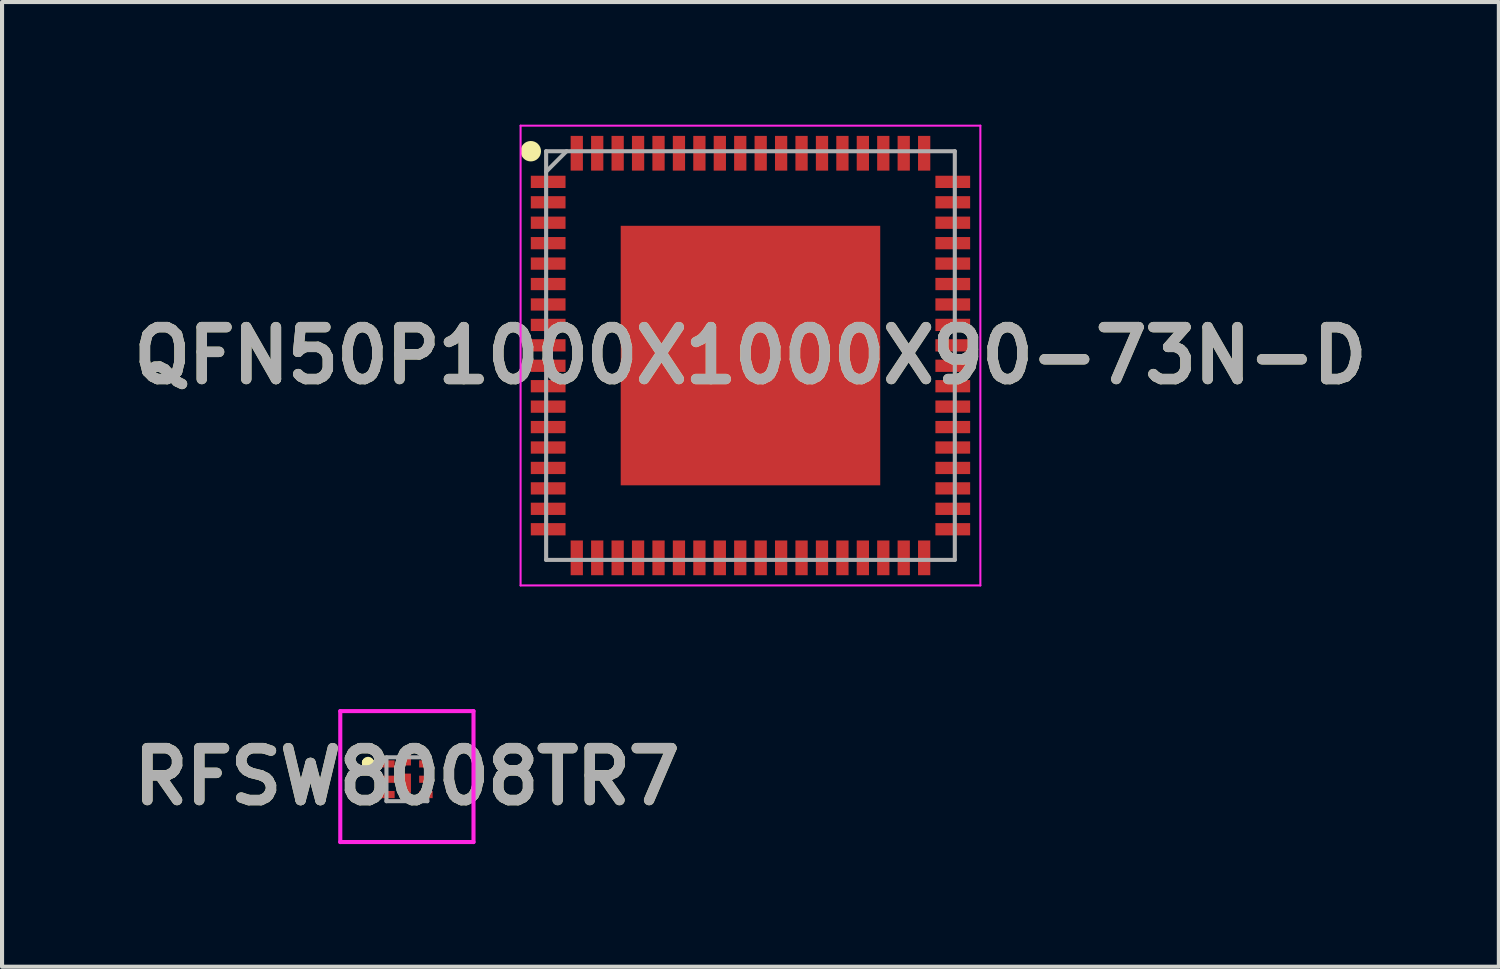
<source format=kicad_pcb>
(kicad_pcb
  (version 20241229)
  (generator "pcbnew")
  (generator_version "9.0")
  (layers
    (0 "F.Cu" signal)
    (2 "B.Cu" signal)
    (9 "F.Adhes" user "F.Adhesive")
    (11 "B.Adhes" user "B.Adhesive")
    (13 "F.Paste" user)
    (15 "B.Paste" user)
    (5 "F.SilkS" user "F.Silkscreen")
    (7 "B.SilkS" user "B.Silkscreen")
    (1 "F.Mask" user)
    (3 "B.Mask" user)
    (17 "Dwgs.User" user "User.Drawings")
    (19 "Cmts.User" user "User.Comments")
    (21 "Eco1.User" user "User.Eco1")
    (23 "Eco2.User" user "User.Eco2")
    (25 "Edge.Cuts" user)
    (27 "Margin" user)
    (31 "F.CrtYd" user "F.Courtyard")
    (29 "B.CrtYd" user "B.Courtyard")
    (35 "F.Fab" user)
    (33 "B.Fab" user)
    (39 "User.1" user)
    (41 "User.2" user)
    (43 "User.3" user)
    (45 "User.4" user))
  (footprint "QFN50P1000X1000X90-73N-D"
    (layer "F.Cu")
    (at 15.313 5.65)
    (property "Reference" "QFN50P1000X1000X90-73N-D" (at 0 0 0) (layer "F.SilkS") (effects (font (size 1.27 1.27) (thickness 0.254))))
    (attr smd)
    (fp_circle (center -5.375 -5) (end -5.375 -4.875) (stroke (width 0.25) (type solid)) (fill no) (layer "F.SilkS"))
    (fp_line (start -5.625 -5.625) (end 5.625 -5.625) (stroke (width 0.05) (type solid)) (layer "F.CrtYd"))
    (fp_line (start -5.625 5.625) (end -5.625 -5.625) (stroke (width 0.05) (type solid)) (layer "F.CrtYd"))
    (fp_line (start 5.625 -5.625) (end 5.625 5.625) (stroke (width 0.05) (type solid)) (layer "F.CrtYd"))
    (fp_line (start 5.625 5.625) (end -5.625 5.625) (stroke (width 0.05) (type solid)) (layer "F.CrtYd"))
    (fp_line (start -5 -5) (end 5 -5) (stroke (width 0.1) (type solid)) (layer "F.Fab"))
    (fp_line (start -5 -4.5) (end -4.5 -5) (stroke (width 0.1) (type solid)) (layer "F.Fab"))
    (fp_line (start -5 5) (end -5 -5) (stroke (width 0.1) (type solid)) (layer "F.Fab"))
    (fp_line (start 5 -5) (end 5 5) (stroke (width 0.1) (type solid)) (layer "F.Fab"))
    (fp_line (start 5 5) (end -5 5) (stroke (width 0.1) (type solid)) (layer "F.Fab"))
    (fp_text user "${REFERENCE}" (at 0 0 0) (layer "F.Fab") (effects (font (size 1.27 1.27) (thickness 0.254))))
    (pad "1" smd rect (at -4.95 -4.25 90) (size 0.3 0.85) (layers "F.Cu" "F.Mask" "F.Paste"))
    (pad "2" smd rect (at -4.95 -3.75 90) (size 0.3 0.85) (layers "F.Cu" "F.Mask" "F.Paste"))
    (pad "3" smd rect (at -4.95 -3.25 90) (size 0.3 0.85) (layers "F.Cu" "F.Mask" "F.Paste"))
    (pad "4" smd rect (at -4.95 -2.75 90) (size 0.3 0.85) (layers "F.Cu" "F.Mask" "F.Paste"))
    (pad "5" smd rect (at -4.95 -2.25 90) (size 0.3 0.85) (layers "F.Cu" "F.Mask" "F.Paste"))
    (pad "6" smd rect (at -4.95 -1.75 90) (size 0.3 0.85) (layers "F.Cu" "F.Mask" "F.Paste"))
    (pad "7" smd rect (at -4.95 -1.25 90) (size 0.3 0.85) (layers "F.Cu" "F.Mask" "F.Paste"))
    (pad "8" smd rect (at -4.95 -0.75 90) (size 0.3 0.85) (layers "F.Cu" "F.Mask" "F.Paste"))
    (pad "9" smd rect (at -4.95 -0.25 90) (size 0.3 0.85) (layers "F.Cu" "F.Mask" "F.Paste"))
    (pad "10" smd rect (at -4.95 0.25 90) (size 0.3 0.85) (layers "F.Cu" "F.Mask" "F.Paste"))
    (pad "11" smd rect (at -4.95 0.75 90) (size 0.3 0.85) (layers "F.Cu" "F.Mask" "F.Paste"))
    (pad "12" smd rect (at -4.95 1.25 90) (size 0.3 0.85) (layers "F.Cu" "F.Mask" "F.Paste"))
    (pad "13" smd rect (at -4.95 1.75 90) (size 0.3 0.85) (layers "F.Cu" "F.Mask" "F.Paste"))
    (pad "14" smd rect (at -4.95 2.25 90) (size 0.3 0.85) (layers "F.Cu" "F.Mask" "F.Paste"))
    (pad "15" smd rect (at -4.95 2.75 90) (size 0.3 0.85) (layers "F.Cu" "F.Mask" "F.Paste"))
    (pad "16" smd rect (at -4.95 3.25 90) (size 0.3 0.85) (layers "F.Cu" "F.Mask" "F.Paste"))
    (pad "17" smd rect (at -4.95 3.75 90) (size 0.3 0.85) (layers "F.Cu" "F.Mask" "F.Paste"))
    (pad "18" smd rect (at -4.95 4.25 90) (size 0.3 0.85) (layers "F.Cu" "F.Mask" "F.Paste"))
    (pad "19" smd rect (at -4.25 4.95) (size 0.3 0.85) (layers "F.Cu" "F.Mask" "F.Paste"))
    (pad "20" smd rect (at -3.75 4.95) (size 0.3 0.85) (layers "F.Cu" "F.Mask" "F.Paste"))
    (pad "21" smd rect (at -3.25 4.95) (size 0.3 0.85) (layers "F.Cu" "F.Mask" "F.Paste"))
    (pad "22" smd rect (at -2.75 4.95) (size 0.3 0.85) (layers "F.Cu" "F.Mask" "F.Paste"))
    (pad "23" smd rect (at -2.25 4.95) (size 0.3 0.85) (layers "F.Cu" "F.Mask" "F.Paste"))
    (pad "24" smd rect (at -1.75 4.95) (size 0.3 0.85) (layers "F.Cu" "F.Mask" "F.Paste"))
    (pad "25" smd rect (at -1.25 4.95) (size 0.3 0.85) (layers "F.Cu" "F.Mask" "F.Paste"))
    (pad "26" smd rect (at -0.75 4.95) (size 0.3 0.85) (layers "F.Cu" "F.Mask" "F.Paste"))
    (pad "27" smd rect (at -0.25 4.95) (size 0.3 0.85) (layers "F.Cu" "F.Mask" "F.Paste"))
    (pad "28" smd rect (at 0.25 4.95) (size 0.3 0.85) (layers "F.Cu" "F.Mask" "F.Paste"))
    (pad "29" smd rect (at 0.75 4.95) (size 0.3 0.85) (layers "F.Cu" "F.Mask" "F.Paste"))
    (pad "30" smd rect (at 1.25 4.95) (size 0.3 0.85) (layers "F.Cu" "F.Mask" "F.Paste"))
    (pad "31" smd rect (at 1.75 4.95) (size 0.3 0.85) (layers "F.Cu" "F.Mask" "F.Paste"))
    (pad "32" smd rect (at 2.25 4.95) (size 0.3 0.85) (layers "F.Cu" "F.Mask" "F.Paste"))
    (pad "33" smd rect (at 2.75 4.95) (size 0.3 0.85) (layers "F.Cu" "F.Mask" "F.Paste"))
    (pad "34" smd rect (at 3.25 4.95) (size 0.3 0.85) (layers "F.Cu" "F.Mask" "F.Paste"))
    (pad "35" smd rect (at 3.75 4.95) (size 0.3 0.85) (layers "F.Cu" "F.Mask" "F.Paste"))
    (pad "36" smd rect (at 4.25 4.95) (size 0.3 0.85) (layers "F.Cu" "F.Mask" "F.Paste"))
    (pad "37" smd rect (at 4.95 4.25 90) (size 0.3 0.85) (layers "F.Cu" "F.Mask" "F.Paste"))
    (pad "38" smd rect (at 4.95 3.75 90) (size 0.3 0.85) (layers "F.Cu" "F.Mask" "F.Paste"))
    (pad "39" smd rect (at 4.95 3.25 90) (size 0.3 0.85) (layers "F.Cu" "F.Mask" "F.Paste"))
    (pad "40" smd rect (at 4.95 2.75 90) (size 0.3 0.85) (layers "F.Cu" "F.Mask" "F.Paste"))
    (pad "41" smd rect (at 4.95 2.25 90) (size 0.3 0.85) (layers "F.Cu" "F.Mask" "F.Paste"))
    (pad "42" smd rect (at 4.95 1.75 90) (size 0.3 0.85) (layers "F.Cu" "F.Mask" "F.Paste"))
    (pad "43" smd rect (at 4.95 1.25 90) (size 0.3 0.85) (layers "F.Cu" "F.Mask" "F.Paste"))
    (pad "44" smd rect (at 4.95 0.75 90) (size 0.3 0.85) (layers "F.Cu" "F.Mask" "F.Paste"))
    (pad "45" smd rect (at 4.95 0.25 90) (size 0.3 0.85) (layers "F.Cu" "F.Mask" "F.Paste"))
    (pad "46" smd rect (at 4.95 -0.25 90) (size 0.3 0.85) (layers "F.Cu" "F.Mask" "F.Paste"))
    (pad "47" smd rect (at 4.95 -0.75 90) (size 0.3 0.85) (layers "F.Cu" "F.Mask" "F.Paste"))
    (pad "48" smd rect (at 4.95 -1.25 90) (size 0.3 0.85) (layers "F.Cu" "F.Mask" "F.Paste"))
    (pad "49" smd rect (at 4.95 -1.75 90) (size 0.3 0.85) (layers "F.Cu" "F.Mask" "F.Paste"))
    (pad "50" smd rect (at 4.95 -2.25 90) (size 0.3 0.85) (layers "F.Cu" "F.Mask" "F.Paste"))
    (pad "51" smd rect (at 4.95 -2.75 90) (size 0.3 0.85) (layers "F.Cu" "F.Mask" "F.Paste"))
    (pad "52" smd rect (at 4.95 -3.25 90) (size 0.3 0.85) (layers "F.Cu" "F.Mask" "F.Paste"))
    (pad "53" smd rect (at 4.95 -3.75 90) (size 0.3 0.85) (layers "F.Cu" "F.Mask" "F.Paste"))
    (pad "54" smd rect (at 4.95 -4.25 90) (size 0.3 0.85) (layers "F.Cu" "F.Mask" "F.Paste"))
    (pad "55" smd rect (at 4.25 -4.95) (size 0.3 0.85) (layers "F.Cu" "F.Mask" "F.Paste"))
    (pad "56" smd rect (at 3.75 -4.95) (size 0.3 0.85) (layers "F.Cu" "F.Mask" "F.Paste"))
    (pad "57" smd rect (at 3.25 -4.95) (size 0.3 0.85) (layers "F.Cu" "F.Mask" "F.Paste"))
    (pad "58" smd rect (at 2.75 -4.95) (size 0.3 0.85) (layers "F.Cu" "F.Mask" "F.Paste"))
    (pad "59" smd rect (at 2.25 -4.95) (size 0.3 0.85) (layers "F.Cu" "F.Mask" "F.Paste"))
    (pad "60" smd rect (at 1.75 -4.95) (size 0.3 0.85) (layers "F.Cu" "F.Mask" "F.Paste"))
    (pad "61" smd rect (at 1.25 -4.95) (size 0.3 0.85) (layers "F.Cu" "F.Mask" "F.Paste"))
    (pad "62" smd rect (at 0.75 -4.95) (size 0.3 0.85) (layers "F.Cu" "F.Mask" "F.Paste"))
    (pad "63" smd rect (at 0.25 -4.95) (size 0.3 0.85) (layers "F.Cu" "F.Mask" "F.Paste"))
    (pad "64" smd rect (at -0.25 -4.95) (size 0.3 0.85) (layers "F.Cu" "F.Mask" "F.Paste"))
    (pad "65" smd rect (at -0.75 -4.95) (size 0.3 0.85) (layers "F.Cu" "F.Mask" "F.Paste"))
    (pad "66" smd rect (at -1.25 -4.95) (size 0.3 0.85) (layers "F.Cu" "F.Mask" "F.Paste"))
    (pad "67" smd rect (at -1.75 -4.95) (size 0.3 0.85) (layers "F.Cu" "F.Mask" "F.Paste"))
    (pad "68" smd rect (at -2.25 -4.95) (size 0.3 0.85) (layers "F.Cu" "F.Mask" "F.Paste"))
    (pad "69" smd rect (at -2.75 -4.95) (size 0.3 0.85) (layers "F.Cu" "F.Mask" "F.Paste"))
    (pad "70" smd rect (at -3.25 -4.95) (size 0.3 0.85) (layers "F.Cu" "F.Mask" "F.Paste"))
    (pad "71" smd rect (at -3.75 -4.95) (size 0.3 0.85) (layers "F.Cu" "F.Mask" "F.Paste"))
    (pad "72" smd rect (at -4.25 -4.95) (size 0.3 0.85) (layers "F.Cu" "F.Mask" "F.Paste"))
    (pad "73" smd rect (at 0 0) (size 6.35 6.35) (layers "F.Cu" "F.Mask" "F.Paste")))
  (footprint "RFSW8008TR7"
    (layer "F.Cu")
    (at 6.906 16.017)
    (property "Reference" "RFSW8008TR7" (at 0 -0.065 0) (layer "F.SilkS") (effects (font (size 1.27 1.27) (thickness 0.254))))
    (attr smd)
    (fp_line (start -1 -0.4) (end -1 -0.4) (stroke (width 0.2) (type solid)) (layer "F.SilkS"))
    (fp_line (start -1 -0.4) (end -1 -0.4) (stroke (width 0.2) (type solid)) (layer "F.SilkS"))
    (fp_line (start -0.9 -0.4) (end -0.9 -0.4) (stroke (width 0.2) (type solid)) (layer "F.SilkS"))
    (fp_arc (start -1 -0.4) (mid -0.95 -0.45) (end -0.9 -0.4) (stroke (width 0.2) (type solid)) (layer "F.SilkS"))
    (fp_arc (start -0.9 -0.4) (mid -0.95 -0.35) (end -1 -0.4) (stroke (width 0.2) (type solid)) (layer "F.SilkS"))
    (fp_arc (start -0.9 -0.4) (mid -0.95 -0.35) (end -1 -0.4) (stroke (width 0.2) (type solid)) (layer "F.SilkS"))
    (fp_line (start -1.63 -1.667) (end 1.63 -1.667) (stroke (width 0.1) (type solid)) (layer "F.CrtYd"))
    (fp_line (start -1.63 1.537) (end -1.63 -1.667) (stroke (width 0.1) (type solid)) (layer "F.CrtYd"))
    (fp_line (start 1.63 -1.667) (end 1.63 1.537) (stroke (width 0.1) (type solid)) (layer "F.CrtYd"))
    (fp_line (start 1.63 1.537) (end -1.63 1.537) (stroke (width 0.1) (type solid)) (layer "F.CrtYd"))
    (fp_line (start -0.5 -0.537) (end -0.5 0.537) (stroke (width 0.1) (type solid)) (layer "F.Fab"))
    (fp_line (start -0.5 0.537) (end 0.5 0.537) (stroke (width 0.1) (type solid)) (layer "F.Fab"))
    (fp_line (start 0.5 -0.537) (end -0.5 -0.537) (stroke (width 0.1) (type solid)) (layer "F.Fab"))
    (fp_line (start 0.5 0.537) (end 0.5 -0.537) (stroke (width 0.1) (type solid)) (layer "F.Fab"))
    (fp_text user "${REFERENCE}" (at 0 -0.065 0) (layer "F.Fab") (effects (font (size 1.27 1.27) (thickness 0.254))))
    (pad "1" smd rect (at -0.465 -0.375 90) (size 0.175 0.33) (layers "F.Cu" "F.Mask" "F.Paste"))
    (pad "2" smd rect (at -0.465 0 90) (size 0.175 0.33) (layers "F.Cu" "F.Mask" "F.Paste"))
    (pad "3" smd rect (at -0.465 0.375 90) (size 0.175 0.33) (layers "F.Cu" "F.Mask" "F.Paste"))
    (pad "4" smd rect (at 0.465 0.375 90) (size 0.175 0.33) (layers "F.Cu" "F.Mask" "F.Paste"))
    (pad "5" smd rect (at 0.465 0 90) (size 0.175 0.33) (layers "F.Cu" "F.Mask" "F.Paste"))
    (pad "6" smd rect (at 0.465 -0.375 90) (size 0.175 0.33) (layers "F.Cu" "F.Mask" "F.Paste"))
    (pad "7" smd rect (at 0 -0.502) (size 0.2 0.33) (layers "F.Cu" "F.Mask" "F.Paste"))
    (pad "8" smd rect (at 0 0.097) (size 0.2 0.47) (layers "F.Cu" "F.Mask" "F.Paste")))
  (gr_rect
    (start -3 -3)
    (end 33.625 20.604)
    (stroke (width 0.1) (type default))
    (fill no)
    (layer "Edge.Cuts")))
</source>
